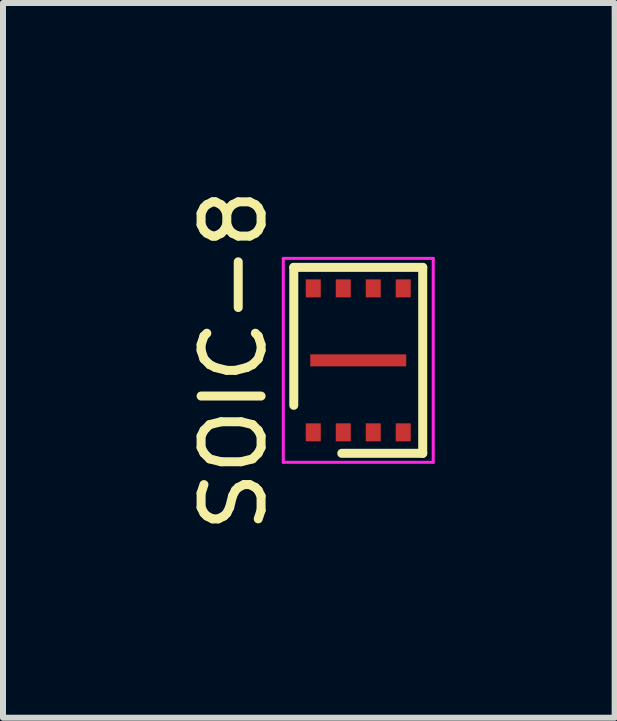
<source format=kicad_pcb>
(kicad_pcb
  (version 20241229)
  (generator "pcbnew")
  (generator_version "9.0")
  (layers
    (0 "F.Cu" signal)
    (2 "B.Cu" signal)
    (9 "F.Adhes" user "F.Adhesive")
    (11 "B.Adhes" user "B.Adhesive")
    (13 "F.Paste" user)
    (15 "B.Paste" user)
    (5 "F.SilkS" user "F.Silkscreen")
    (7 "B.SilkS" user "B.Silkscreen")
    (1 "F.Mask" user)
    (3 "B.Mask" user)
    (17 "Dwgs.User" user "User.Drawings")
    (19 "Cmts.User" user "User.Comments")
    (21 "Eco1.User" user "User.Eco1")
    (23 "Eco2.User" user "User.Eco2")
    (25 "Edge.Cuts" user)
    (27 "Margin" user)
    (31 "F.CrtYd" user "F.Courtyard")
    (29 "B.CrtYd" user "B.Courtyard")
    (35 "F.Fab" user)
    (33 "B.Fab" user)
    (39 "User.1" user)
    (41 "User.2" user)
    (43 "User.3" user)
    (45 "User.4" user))
  (footprint "SOIC-8"
    (layer "F.Cu")
    (at 2.923 2.958)
    (property "Reference" "SOIC-8" (at -2.075 0 90) (layer "F.SilkS") (effects (font (size 1 1) (thickness 0.15))))
    (attr smd)
    (fp_line (start -1.075 -1.55) (end 1.075 -1.55) (stroke (width 0.15) (type solid)) (layer "F.SilkS"))
    (fp_line (start -1.075 0.75) (end -1.075 -1.55) (stroke (width 0.15) (type solid)) (layer "F.SilkS"))
    (fp_line (start 1.075 -1.55) (end 1.075 1.55) (stroke (width 0.15) (type solid)) (layer "F.SilkS"))
    (fp_line (start 1.075 1.55) (end -0.275 1.55) (stroke (width 0.15) (type solid)) (layer "F.SilkS"))
    (fp_line (start -1.25 -1.7) (end 1.25 -1.7) (stroke (width 0.05) (type solid)) (layer "F.CrtYd"))
    (fp_line (start -1.25 1.7) (end -1.25 -1.7) (stroke (width 0.05) (type solid)) (layer "F.CrtYd"))
    (fp_line (start 1.25 -1.7) (end 1.25 1.7) (stroke (width 0.05) (type solid)) (layer "F.CrtYd"))
    (fp_line (start 1.25 1.7) (end -1.25 1.7) (stroke (width 0.05) (type solid)) (layer "F.CrtYd"))
    (pad "1" smd rect (at -0.75 1.2) (size 0.25 0.3) (layers "F.Cu" "F.Mask" "F.Paste"))
    (pad "2" smd rect (at -0.25 1.2) (size 0.25 0.3) (layers "F.Cu" "F.Mask" "F.Paste"))
    (pad "3" smd rect (at 0.25 1.2) (size 0.25 0.3) (layers "F.Cu" "F.Mask" "F.Paste"))
    (pad "4" smd rect (at 0.75 1.2) (size 0.25 0.3) (layers "F.Cu" "F.Mask" "F.Paste"))
    (pad "5" smd rect (at 0.75 -1.2) (size 0.25 0.3) (layers "F.Cu" "F.Mask" "F.Paste"))
    (pad "6" smd rect (at 0.25 -1.2) (size 0.25 0.3) (layers "F.Cu" "F.Mask" "F.Paste"))
    (pad "7" smd rect (at -0.25 -1.2) (size 0.25 0.3) (layers "F.Cu" "F.Mask" "F.Paste"))
    (pad "8" smd rect (at -0.75 -1.2) (size 0.25 0.3) (layers "F.Cu" "F.Mask" "F.Paste"))
    (pad "9" smd rect (at 0 0) (size 1.6 0.2) (layers "F.Cu" "F.Mask" "F.Paste")))
  (gr_rect
    (start -3 -3)
    (end 7.198 8.917)
    (stroke (width 0.1) (type default))
    (fill no)
    (layer "Edge.Cuts")))
</source>
